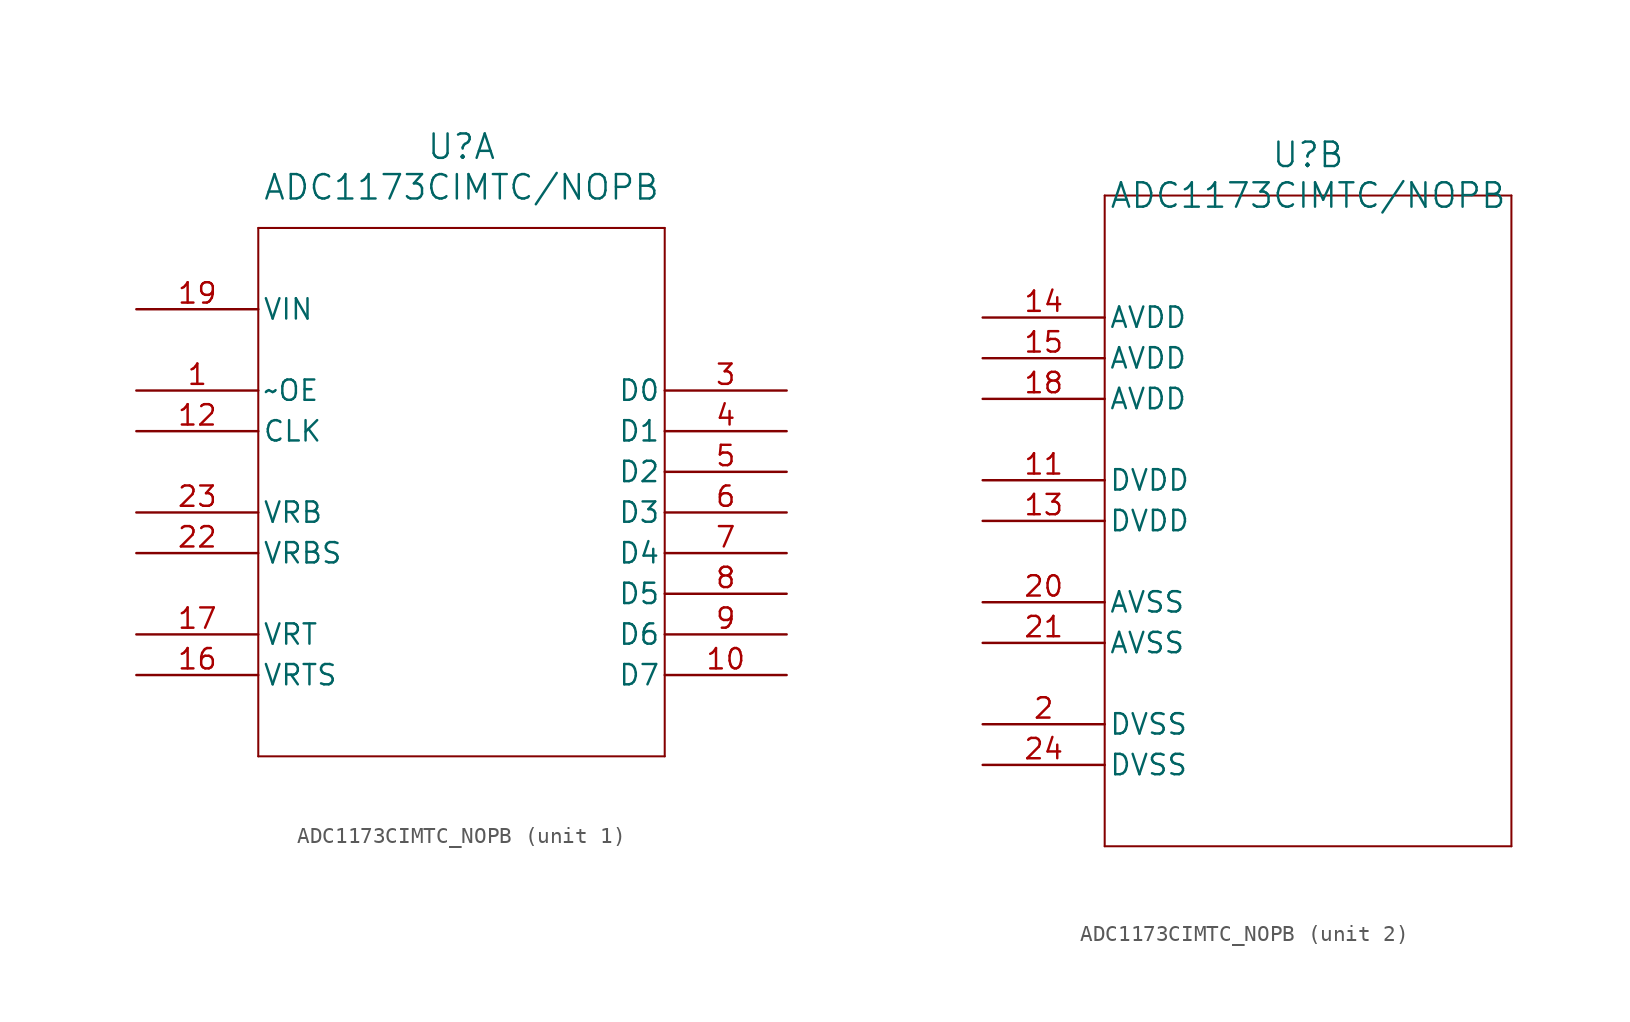
<source format=kicad_sym>
(kicad_symbol_lib
  (version 20211014)
  (generator kicad_symbol_editor)
  (symbol "ADC1173CIMTC_NOPB"
    (pin_names
      (offset 0.254))
    (property "Reference" "U"
      (at 20.32 10.16 0)
      (effects (font (size 1.524 1.524))))
    (property "Value" "ADC1173CIMTC/NOPB"
      (at 20.32 7.62 0)
      (effects (font (size 1.524 1.524))))
    (symbol "ADC1173CIMTC_NOPB_1_1"
      (polyline (pts (xy 7.62 5.08) (xy 7.62 -27.94)) (stroke (width 0.127) (type default) (color 0 0 0 0)) (fill (type none)))
      (polyline (pts (xy 7.62 -27.94) (xy 33.02 -27.94)) (stroke (width 0.127) (type default) (color 0 0 0 0)) (fill (type none)))
      (polyline (pts (xy 33.02 -27.94) (xy 33.02 5.08)) (stroke (width 0.127) (type default) (color 0 0 0 0)) (fill (type none)))
      (polyline (pts (xy 33.02 5.08) (xy 7.62 5.08)) (stroke (width 0.127) (type default) (color 0 0 0 0)) (fill (type none)))
      (pin passive line (at 0 -5.08 0) (length 7.62) (name "~OE" (effects (font (size 1.27 1.27)))) (number "1" (effects (font (size 1.27 1.27)))))
      (pin output line (at 40.64 -5.08 180) (length 7.62) (name "D0" (effects (font (size 1.27 1.27)))) (number "3" (effects (font (size 1.27 1.27)))))
      (pin output line (at 40.64 -7.62 180) (length 7.62) (name "D1" (effects (font (size 1.27 1.27)))) (number "4" (effects (font (size 1.27 1.27)))))
      (pin output line (at 40.64 -10.16 180) (length 7.62) (name "D2" (effects (font (size 1.27 1.27)))) (number "5" (effects (font (size 1.27 1.27)))))
      (pin output line (at 40.64 -12.7 180) (length 7.62) (name "D3" (effects (font (size 1.27 1.27)))) (number "6" (effects (font (size 1.27 1.27)))))
      (pin output line (at 40.64 -15.24 180) (length 7.62) (name "D4" (effects (font (size 1.27 1.27)))) (number "7" (effects (font (size 1.27 1.27)))))
      (pin output line (at 40.64 -17.78 180) (length 7.62) (name "D5" (effects (font (size 1.27 1.27)))) (number "8" (effects (font (size 1.27 1.27)))))
      (pin output line (at 40.64 -20.32 180) (length 7.62) (name "D6" (effects (font (size 1.27 1.27)))) (number "9" (effects (font (size 1.27 1.27)))))
      (pin output line (at 40.64 -22.86 180) (length 7.62) (name "D7" (effects (font (size 1.27 1.27)))) (number "10" (effects (font (size 1.27 1.27)))))
      (pin passive line (at 0 -7.62 0) (length 7.62) (name "CLK" (effects (font (size 1.27 1.27)))) (number "12" (effects (font (size 1.27 1.27)))))
      (pin passive line (at 0 -22.86 0) (length 7.62) (name "VRTS" (effects (font (size 1.27 1.27)))) (number "16" (effects (font (size 1.27 1.27)))))
      (pin passive line (at 0 -20.32 0) (length 7.62) (name "VRT" (effects (font (size 1.27 1.27)))) (number "17" (effects (font (size 1.27 1.27)))))
      (pin input line (at 0 0 0) (length 7.62) (name "VIN" (effects (font (size 1.27 1.27)))) (number "19" (effects (font (size 1.27 1.27)))))
      (pin passive line (at 0 -15.24 0) (length 7.62) (name "VRBS" (effects (font (size 1.27 1.27)))) (number "22" (effects (font (size 1.27 1.27)))))
      (pin passive line (at 0 -12.7 0) (length 7.62) (name "VRB" (effects (font (size 1.27 1.27)))) (number "23" (effects (font (size 1.27 1.27))))))
    (symbol "ADC1173CIMTC_NOPB_2_1"
      (polyline (pts (xy 7.62 7.62) (xy 7.62 -33.02)) (stroke (width 0.127) (type default) (color 0 0 0 0)) (fill (type none)))
      (polyline (pts (xy 7.62 -33.02) (xy 33.02 -33.02)) (stroke (width 0.127) (type default) (color 0 0 0 0)) (fill (type none)))
      (polyline (pts (xy 33.02 -33.02) (xy 33.02 7.62)) (stroke (width 0.127) (type default) (color 0 0 0 0)) (fill (type none)))
      (polyline (pts (xy 33.02 7.62) (xy 7.62 7.62)) (stroke (width 0.127) (type default) (color 0 0 0 0)) (fill (type none)))
      (pin passive line (at 0 -25.4 0) (length 7.62) (name "DVSS" (effects (font (size 1.27 1.27)))) (number "2" (effects (font (size 1.27 1.27)))))
      (pin passive line (at 0 -10.16 0) (length 7.62) (name "DVDD" (effects (font (size 1.27 1.27)))) (number "11" (effects (font (size 1.27 1.27)))))
      (pin passive line (at 0 -12.7 0) (length 7.62) (name "DVDD" (effects (font (size 1.27 1.27)))) (number "13" (effects (font (size 1.27 1.27)))))
      (pin passive line (at 0 0 0) (length 7.62) (name "AVDD" (effects (font (size 1.27 1.27)))) (number "14" (effects (font (size 1.27 1.27)))))
      (pin passive line (at 0 -2.54 0) (length 7.62) (name "AVDD" (effects (font (size 1.27 1.27)))) (number "15" (effects (font (size 1.27 1.27)))))
      (pin passive line (at 0 -5.08 0) (length 7.62) (name "AVDD" (effects (font (size 1.27 1.27)))) (number "18" (effects (font (size 1.27 1.27)))))
      (pin passive line (at 0 -17.78 0) (length 7.62) (name "AVSS" (effects (font (size 1.27 1.27)))) (number "20" (effects (font (size 1.27 1.27)))))
      (pin passive line (at 0 -20.32 0) (length 7.62) (name "AVSS" (effects (font (size 1.27 1.27)))) (number "21" (effects (font (size 1.27 1.27)))))
      (pin passive line (at 0 -27.94 0) (length 7.62) (name "DVSS" (effects (font (size 1.27 1.27)))) (number "24" (effects (font (size 1.27 1.27))))))))
</source>
